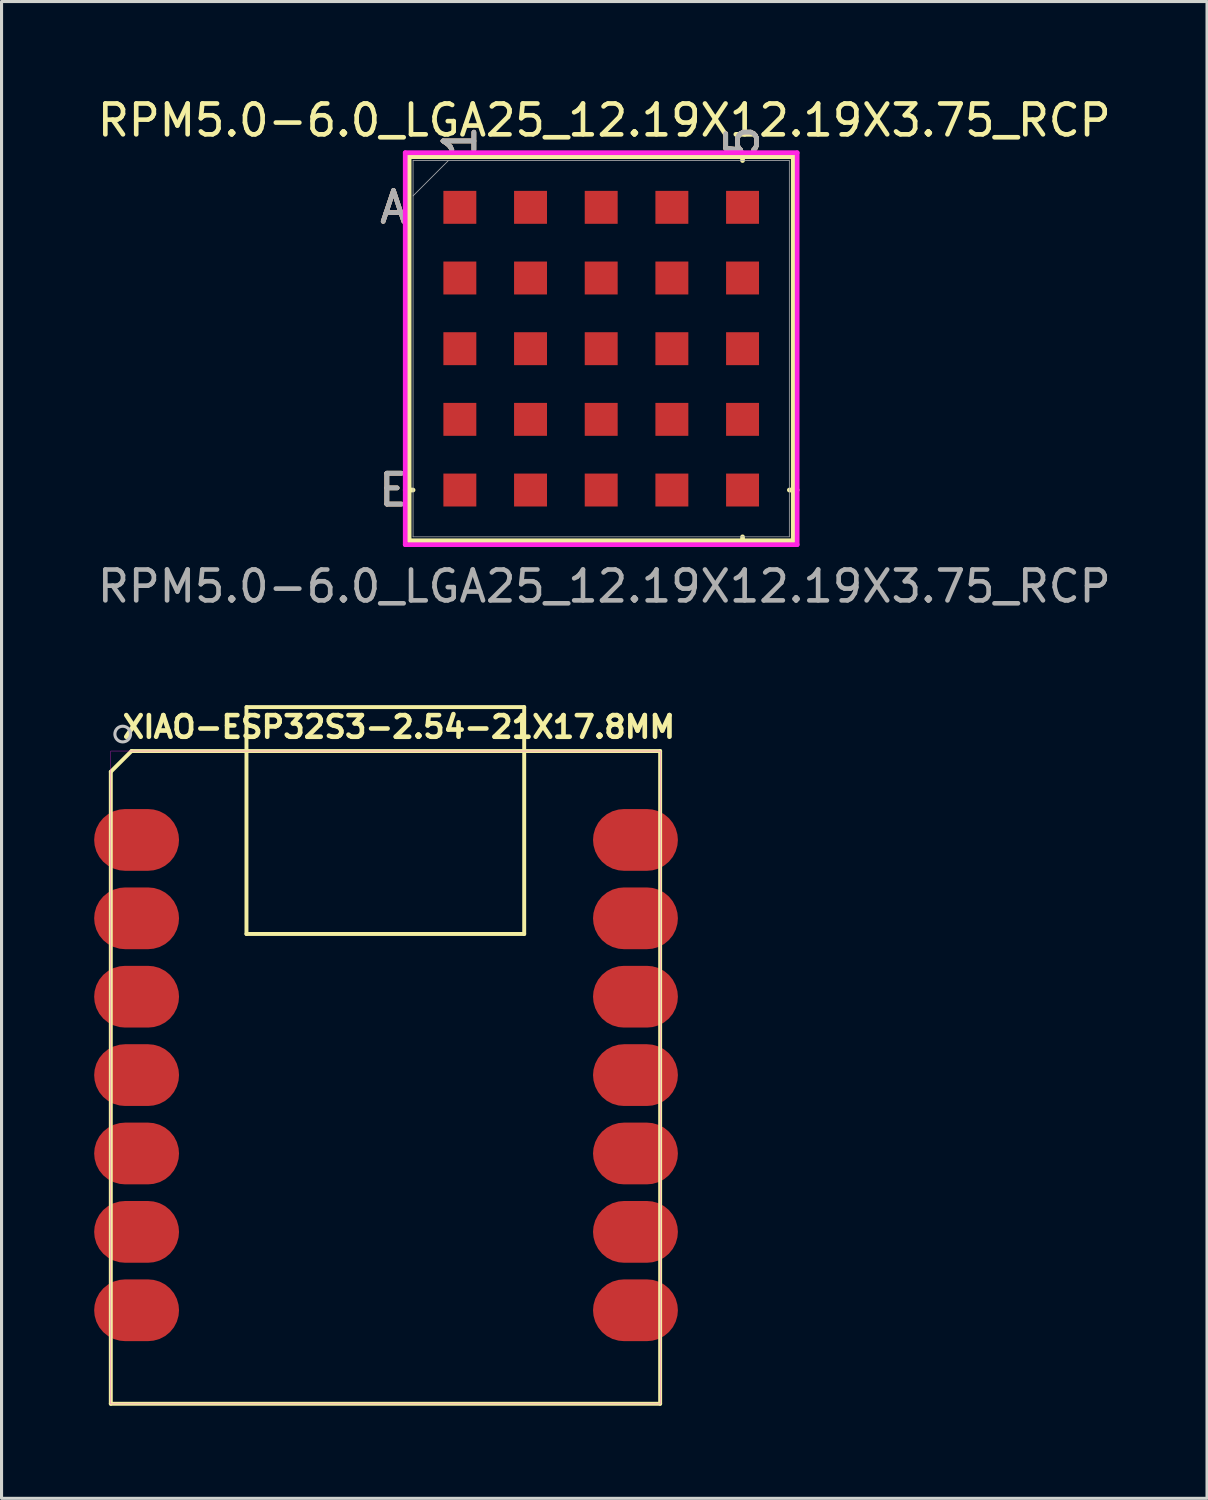
<source format=kicad_pcb>
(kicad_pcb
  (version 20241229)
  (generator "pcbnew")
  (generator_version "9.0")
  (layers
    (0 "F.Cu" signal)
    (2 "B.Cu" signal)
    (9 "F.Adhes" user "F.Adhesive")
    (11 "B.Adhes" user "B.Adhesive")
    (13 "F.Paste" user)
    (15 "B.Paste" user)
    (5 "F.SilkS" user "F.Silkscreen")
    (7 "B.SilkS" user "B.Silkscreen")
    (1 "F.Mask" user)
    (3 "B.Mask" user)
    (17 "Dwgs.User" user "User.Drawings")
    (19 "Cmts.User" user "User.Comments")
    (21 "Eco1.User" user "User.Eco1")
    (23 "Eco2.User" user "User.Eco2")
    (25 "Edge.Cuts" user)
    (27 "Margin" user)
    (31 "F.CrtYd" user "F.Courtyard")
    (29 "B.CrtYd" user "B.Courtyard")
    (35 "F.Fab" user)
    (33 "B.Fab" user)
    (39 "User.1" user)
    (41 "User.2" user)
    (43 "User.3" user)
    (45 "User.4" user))
  (footprint "XIAO-ESP32S3-2.54-21X17.8MM"
    (layer "F.Cu")
    (at 9.438 21.285)
    (property "Reference" "XIAO-ESP32S3-2.54-21X17.8MM" (at 0.437 -0.78 0) (layer "F.SilkS") (effects (font (size 0.7 0.7) (thickness 0.15))))
    (attr through_hole)
    (fp_line (start -8.898 0.671) (end -8.898 21.15) (stroke (width 0.127) (type solid)) (layer "F.SilkS"))
    (fp_line (start -8.898 21.15) (end 8.902 21.15) (stroke (width 0.127) (type solid)) (layer "F.SilkS"))
    (fp_line (start -8.226 0) (end -8.898 0.671) (stroke (width 0.127) (type solid)) (layer "F.SilkS"))
    (fp_line (start -4.502 5.928) (end -4.502 -1.425) (stroke (width 0.127) (type solid)) (layer "F.SilkS"))
    (fp_line (start -4.497 -1.424) (end 4.497 -1.424) (stroke (width 0.127) (type solid)) (layer "F.SilkS"))
    (fp_line (start 4.497 -1.424) (end 4.497 5.928) (stroke (width 0.127) (type solid)) (layer "F.SilkS"))
    (fp_line (start 4.497 5.928) (end -4.502 5.928) (stroke (width 0.127) (type solid)) (layer "F.SilkS"))
    (fp_line (start 8.902 0) (end -8.226 0) (stroke (width 0.127) (type solid)) (layer "F.SilkS"))
    (fp_line (start 8.902 21.15) (end 8.902 0) (stroke (width 0.127) (type solid)) (layer "F.SilkS"))
    (fp_circle (center -8.512 -0.55) (end -8.258 -0.55) (stroke (width 0.1) (type solid)) (fill no) (layer "Dwgs.User"))
    (fp_poly (pts (xy -8.898 0) (xy 8.902 0) (xy 8.902 21.155) (xy -8.898 21.155)) (stroke (width 0.01) (type solid)) (fill no) (layer "F.CrtYd"))
    (pad "1" smd roundrect (at -8.062 2.88) (size 2.75 2) (layers "F.Cu" "F.Mask" "F.Paste") (roundrect_rratio 0.5))
    (pad "2" smd roundrect (at -8.062 5.42) (size 2.75 2) (layers "F.Cu" "F.Mask" "F.Paste") (roundrect_rratio 0.5))
    (pad "3" smd roundrect (at -8.062 7.96) (size 2.75 2) (layers "F.Cu" "F.Mask" "F.Paste") (roundrect_rratio 0.5))
    (pad "4" smd roundrect (at -8.062 10.5) (size 2.75 2) (layers "F.Cu" "F.Mask" "F.Paste") (roundrect_rratio 0.5))
    (pad "5" smd roundrect (at -8.062 13.04) (size 2.75 2) (layers "F.Cu" "F.Mask" "F.Paste") (roundrect_rratio 0.5))
    (pad "6" smd roundrect (at -8.062 15.58) (size 2.75 2) (layers "F.Cu" "F.Mask" "F.Paste") (roundrect_rratio 0.5))
    (pad "7" smd roundrect (at -8.062 18.12) (size 2.75 2) (layers "F.Cu" "F.Mask" "F.Paste") (roundrect_rratio 0.5))
    (pad "8" smd roundrect (at 8.102 18.12) (size 2.75 2) (layers "F.Cu" "F.Mask" "F.Paste") (roundrect_rratio 0.5))
    (pad "9" smd roundrect (at 8.102 15.58) (size 2.75 2) (layers "F.Cu" "F.Mask" "F.Paste") (roundrect_rratio 0.5))
    (pad "10" smd roundrect (at 8.102 13.04) (size 2.75 2) (layers "F.Cu" "F.Mask" "F.Paste") (roundrect_rratio 0.5))
    (pad "11" smd roundrect (at 8.102 10.5) (size 2.75 2) (layers "F.Cu" "F.Mask" "F.Paste") (roundrect_rratio 0.5))
    (pad "12" smd roundrect (at 8.102 7.96) (size 2.75 2) (layers "F.Cu" "F.Mask" "F.Paste") (roundrect_rratio 0.5))
    (pad "13" smd roundrect (at 8.102 5.42) (size 2.75 2) (layers "F.Cu" "F.Mask" "F.Paste") (roundrect_rratio 0.5))
    (pad "14" smd roundrect (at 8.102 2.88) (size 2.75 2) (layers "F.Cu" "F.Mask" "F.Paste") (roundrect_rratio 0.5)))
  (footprint "RPM5.0-6.0_LGA25_12.19X12.19X3.75_RCP"
    (layer "F.Cu")
    (at 16.43 8.248)
    (property "Reference" "RPM5.0-6.0_LGA25_12.19X12.19X3.75_RCP" (at 0.1 -7.4 0) (unlocked yes) (layer "F.SilkS") (effects (font (size 1 1) (thickness 0.15))))
    (attr smd)
    (fp_line (start -6.223 -6.223) (end -6.223 6.223) (stroke (width 0.152) (type solid)) (layer "F.SilkS"))
    (fp_line (start -6.223 6.223) (end 6.223 6.223) (stroke (width 0.152) (type solid)) (layer "F.SilkS"))
    (fp_line (start -6.096 4.58) (end -6.35 4.58) (stroke (width 0.152) (type solid)) (layer "F.SilkS"))
    (fp_line (start 4.58 -6.096) (end 4.58 -6.35) (stroke (width 0.152) (type solid)) (layer "F.SilkS"))
    (fp_line (start 4.58 6.096) (end 4.58 6.35) (stroke (width 0.152) (type solid)) (layer "F.SilkS"))
    (fp_line (start 6.096 4.58) (end 6.35 4.58) (stroke (width 0.152) (type solid)) (layer "F.SilkS"))
    (fp_line (start 6.223 -6.223) (end -6.223 -6.223) (stroke (width 0.152) (type solid)) (layer "F.SilkS"))
    (fp_line (start 6.223 6.223) (end 6.223 -6.223) (stroke (width 0.152) (type solid)) (layer "F.SilkS"))
    (fp_poly (pts (xy -6.233 -6.233) (xy 6.233 -6.233) (xy 6.233 6.233) (xy -6.233 6.233)) (stroke (width 0.1) (type solid)) (fill no) (layer "Eco2.User"))
    (fp_line (start -6.35 -6.35) (end 6.35 -6.35) (stroke (width 0.152) (type solid)) (layer "F.CrtYd"))
    (fp_line (start -6.35 6.35) (end -6.35 -6.35) (stroke (width 0.152) (type solid)) (layer "F.CrtYd"))
    (fp_line (start 6.35 -6.35) (end 6.35 6.35) (stroke (width 0.152) (type solid)) (layer "F.CrtYd"))
    (fp_line (start 6.35 6.35) (end -6.35 6.35) (stroke (width 0.152) (type solid)) (layer "F.CrtYd"))
    (fp_line (start -6.096 -6.096) (end -6.096 6.096) (stroke (width 0.025) (type solid)) (layer "F.Fab"))
    (fp_line (start -6.096 6.096) (end 6.096 6.096) (stroke (width 0.025) (type solid)) (layer "F.Fab"))
    (fp_line (start -4.951 -6.096) (end -6.096 -4.951) (stroke (width 0.025) (type solid)) (layer "F.Fab"))
    (fp_line (start 6.096 -6.096) (end -6.096 -6.096) (stroke (width 0.025) (type solid)) (layer "F.Fab"))
    (fp_line (start 6.096 6.096) (end 6.096 -6.096) (stroke (width 0.025) (type solid)) (layer "F.Fab"))
    (fp_text user "A" (at -6.731 -4.58 0) (unlocked yes) (layer "F.SilkS") (effects (font (size 1 1) (thickness 0.15))))
    (fp_text user "5" (at 4.58 -6.731 90) (unlocked yes) (layer "F.SilkS") (effects (font (size 1 1) (thickness 0.15))))
    (fp_text user "1" (at -4.58 -6.731 90) (unlocked yes) (layer "F.SilkS") (effects (font (size 1 1) (thickness 0.15))))
    (fp_text user "E" (at -6.731 4.58 0) (unlocked yes) (layer "F.SilkS") (effects (font (size 1 1) (thickness 0.15))))
    (fp_text user "A" (at -6.731 -4.58 0) (unlocked yes) (layer "B.SilkS") (effects (font (size 1 1) (thickness 0.15))))
    (fp_text user "5" (at 4.58 -6.731 90) (unlocked yes) (layer "B.SilkS") (effects (font (size 1 1) (thickness 0.15))))
    (fp_text user "1" (at -4.58 -6.731 90) (unlocked yes) (layer "B.SilkS") (effects (font (size 1 1) (thickness 0.15))))
    (fp_text user "E" (at -6.731 4.58 0) (unlocked yes) (layer "B.SilkS") (effects (font (size 1 1) (thickness 0.15))))
    (fp_text user "${REFERENCE}" (at 0.1 7.7 0) (unlocked yes) (layer "F.Fab") (effects (font (size 1 1) (thickness 0.15))))
    (fp_text user "E" (at -6.731 4.58 0) (unlocked yes) (layer "F.Fab") (effects (font (size 1 1) (thickness 0.15))))
    (fp_text user "1" (at -4.58 -6.731 90) (unlocked yes) (layer "F.Fab") (effects (font (size 1 1) (thickness 0.15))))
    (fp_text user "5" (at 4.58 -6.731 90) (unlocked yes) (layer "F.Fab") (effects (font (size 1 1) (thickness 0.15))))
    (fp_text user "A" (at -6.731 -4.58 0) (unlocked yes) (layer "F.Fab") (effects (font (size 1 1) (thickness 0.15))))
    (pad "A1" smd rect (at -4.58 -4.58) (size 1.067 1.067) (layers "F.Cu" "F.Mask" "F.Paste"))
    (pad "A2" smd rect (at -2.29 -4.58) (size 1.067 1.067) (layers "F.Cu" "F.Mask" "F.Paste"))
    (pad "A3" smd rect (at 0 -4.58) (size 1.067 1.067) (layers "F.Cu" "F.Mask" "F.Paste"))
    (pad "A4" smd rect (at 2.29 -4.58) (size 1.067 1.067) (layers "F.Cu" "F.Mask" "F.Paste"))
    (pad "A5" smd rect (at 4.58 -4.58) (size 1.067 1.067) (layers "F.Cu" "F.Mask" "F.Paste"))
    (pad "B1" smd rect (at -4.58 -2.29) (size 1.067 1.067) (layers "F.Cu" "F.Mask" "F.Paste"))
    (pad "B2" smd rect (at -2.29 -2.29) (size 1.067 1.067) (layers "F.Cu" "F.Mask" "F.Paste"))
    (pad "B3" smd rect (at 0 -2.29) (size 1.067 1.067) (layers "F.Cu" "F.Mask" "F.Paste"))
    (pad "B4" smd rect (at 2.29 -2.29) (size 1.067 1.067) (layers "F.Cu" "F.Mask" "F.Paste"))
    (pad "B5" smd rect (at 4.58 -2.29) (size 1.067 1.067) (layers "F.Cu" "F.Mask" "F.Paste"))
    (pad "C1" smd rect (at -4.58 0) (size 1.067 1.067) (layers "F.Cu" "F.Mask" "F.Paste"))
    (pad "C2" smd rect (at -2.29 0) (size 1.067 1.067) (layers "F.Cu" "F.Mask" "F.Paste"))
    (pad "C3" smd rect (at 0 0) (size 1.067 1.067) (layers "F.Cu" "F.Mask" "F.Paste"))
    (pad "C4" smd rect (at 2.29 0) (size 1.067 1.067) (layers "F.Cu" "F.Mask" "F.Paste"))
    (pad "C5" smd rect (at 4.58 0) (size 1.067 1.067) (layers "F.Cu" "F.Mask" "F.Paste"))
    (pad "D1" smd rect (at -4.58 2.29) (size 1.067 1.067) (layers "F.Cu" "F.Mask" "F.Paste"))
    (pad "D2" smd rect (at -2.29 2.29) (size 1.067 1.067) (layers "F.Cu" "F.Mask" "F.Paste"))
    (pad "D3" smd rect (at 0 2.29) (size 1.067 1.067) (layers "F.Cu" "F.Mask" "F.Paste"))
    (pad "D4" smd rect (at 2.29 2.29) (size 1.067 1.067) (layers "F.Cu" "F.Mask" "F.Paste"))
    (pad "D5" smd rect (at 4.58 2.29) (size 1.067 1.067) (layers "F.Cu" "F.Mask" "F.Paste"))
    (pad "E1" smd rect (at -4.58 4.58) (size 1.067 1.067) (layers "F.Cu" "F.Mask" "F.Paste"))
    (pad "E2" smd rect (at -2.29 4.58) (size 1.067 1.067) (layers "F.Cu" "F.Mask" "F.Paste"))
    (pad "E3" smd rect (at 0 4.58) (size 1.067 1.067) (layers "F.Cu" "F.Mask" "F.Paste"))
    (pad "E4" smd rect (at 2.29 4.58) (size 1.067 1.067) (layers "F.Cu" "F.Mask" "F.Paste"))
    (pad "E5" smd rect (at 4.58 4.58) (size 1.067 1.067) (layers "F.Cu" "F.Mask" "F.Paste")))
  (gr_rect
    (start -3 -3)
    (end 36.06 45.498)
    (stroke (width 0.1) (type default))
    (fill no)
    (layer "Edge.Cuts")))
</source>
